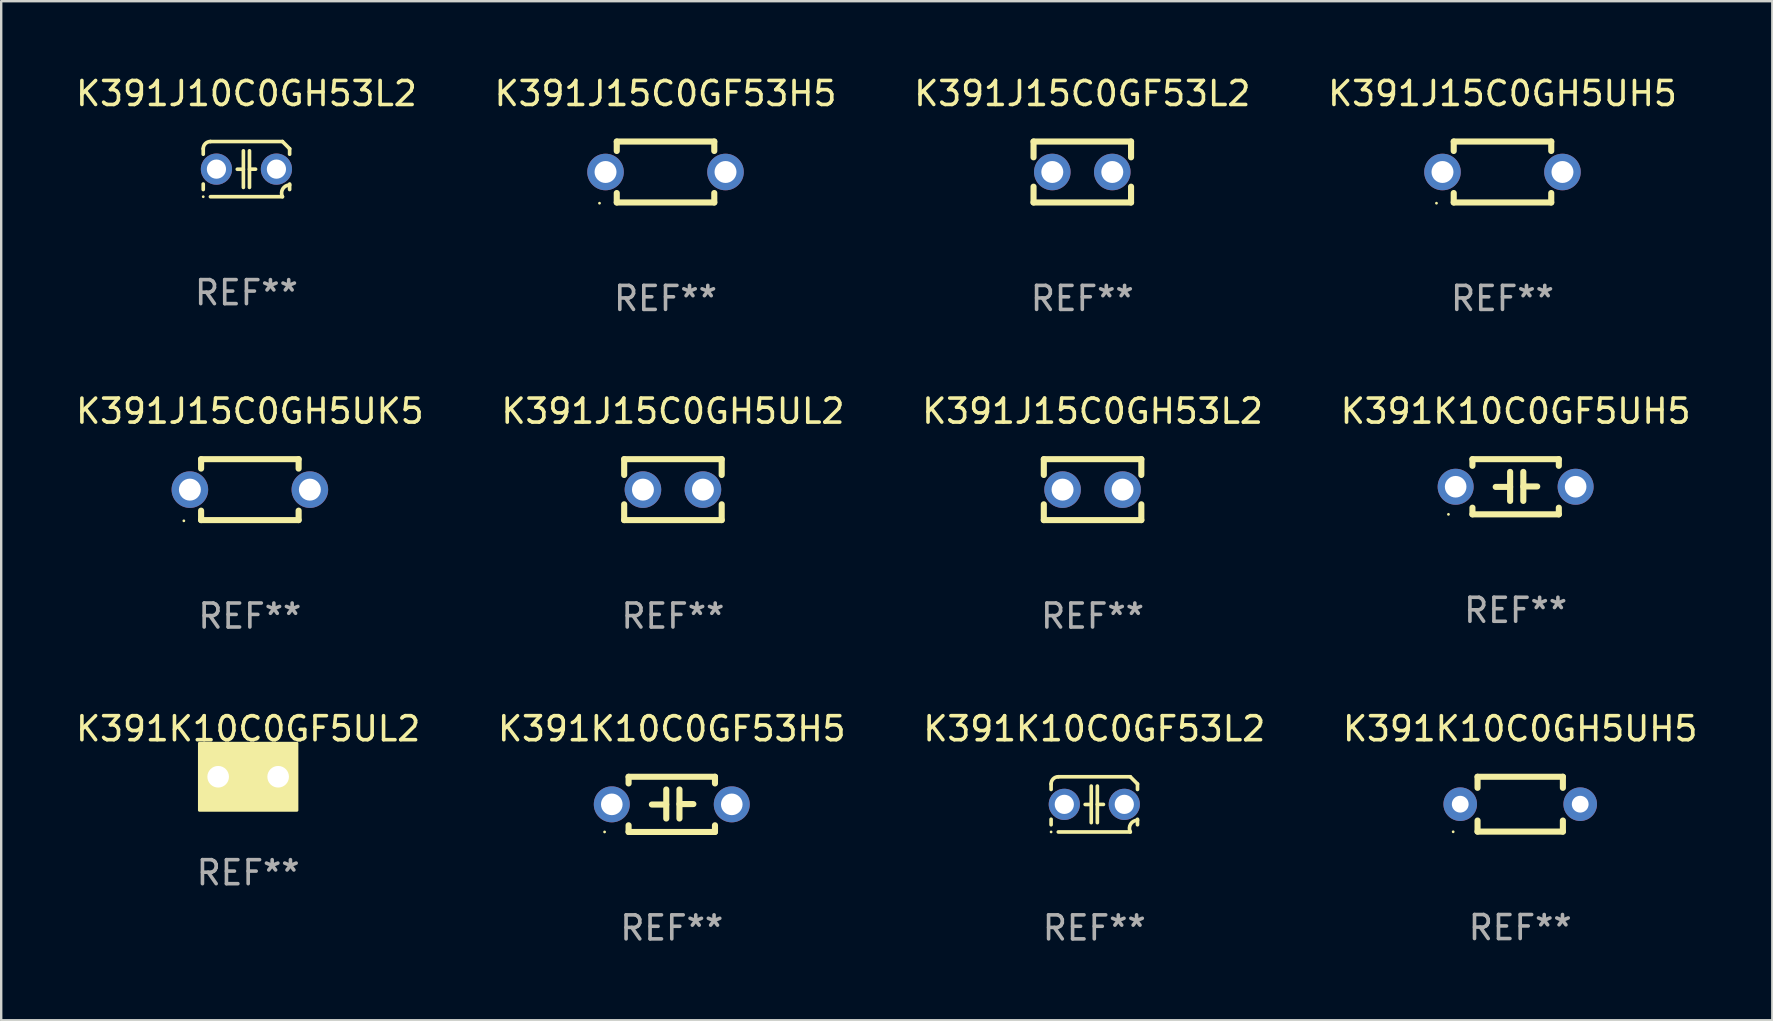
<source format=kicad_pcb>
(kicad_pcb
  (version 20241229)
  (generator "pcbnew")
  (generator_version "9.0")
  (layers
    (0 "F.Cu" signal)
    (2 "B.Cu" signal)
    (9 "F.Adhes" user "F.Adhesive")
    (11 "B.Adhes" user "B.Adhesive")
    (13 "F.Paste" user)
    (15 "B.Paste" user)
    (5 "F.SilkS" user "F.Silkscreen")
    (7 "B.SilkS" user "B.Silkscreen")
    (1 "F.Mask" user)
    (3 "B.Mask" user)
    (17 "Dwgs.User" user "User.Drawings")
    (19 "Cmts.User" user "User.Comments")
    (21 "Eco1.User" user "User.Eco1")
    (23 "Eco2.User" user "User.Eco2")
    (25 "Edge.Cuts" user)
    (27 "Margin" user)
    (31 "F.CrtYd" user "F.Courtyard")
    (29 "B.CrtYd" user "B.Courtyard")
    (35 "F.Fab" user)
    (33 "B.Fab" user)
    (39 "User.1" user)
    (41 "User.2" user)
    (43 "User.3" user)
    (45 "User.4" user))
  (footprint "K391J15C0GF53H5"
    (layer "F.Cu")
    (at 24.685 4.118)
    (property "Reference" "K391J15C0GF53H5" (at 0 -3.27 0) (layer "F.SilkS") (effects (font (size 1 1) (thickness 0.15))))
    (attr through_hole)
    (fp_line (start -2.032 -1.27) (end -2.032 -0.876) (stroke (width 0.254) (type solid)) (layer "F.SilkS"))
    (fp_line (start -2.032 0.876) (end -2.032 1.27) (stroke (width 0.254) (type solid)) (layer "F.SilkS"))
    (fp_line (start -2.032 1.27) (end 2.032 1.27) (stroke (width 0.254) (type solid)) (layer "F.SilkS"))
    (fp_line (start 2.032 -1.27) (end -2.032 -1.27) (stroke (width 0.254) (type solid)) (layer "F.SilkS"))
    (fp_line (start 2.032 -0.876) (end 2.032 -1.27) (stroke (width 0.254) (type solid)) (layer "F.SilkS"))
    (fp_line (start 2.032 1.27) (end 2.032 0.876) (stroke (width 0.254) (type solid)) (layer "F.SilkS"))
    (fp_circle (center -2.751 1.3) (end -2.721 1.3) (stroke (width 0.06) (type solid)) (fill no) (layer "F.SilkS"))
    (fp_text user "REF**" (at 0 5.27 0) (layer "F.Fab") (effects (font (size 1 1) (thickness 0.15))))
    (pad "1" thru_hole circle (at -2.5 0) (size 1.524 1.524) (drill 0.914) (layers "*.Cu" "*.Mask"))
    (pad "2" thru_hole circle (at 2.5 0) (size 1.524 1.524) (drill 0.914) (layers "*.Cu" "*.Mask")))
  (footprint "K391K10C0GH5UH5"
    (layer "F.Cu")
    (at 60.304 30.464)
    (property "Reference" "K391K10C0GH5UH5" (at 0 -3.143 0) (layer "F.SilkS") (effects (font (size 1 1) (thickness 0.15))))
    (attr through_hole)
    (fp_line (start -1.778 -1.143) (end 1.778 -1.143) (stroke (width 0.254) (type solid)) (layer "F.SilkS"))
    (fp_line (start -1.778 -0.681) (end -1.778 -1.143) (stroke (width 0.254) (type solid)) (layer "F.SilkS"))
    (fp_line (start -1.778 1.143) (end -1.778 0.681) (stroke (width 0.254) (type solid)) (layer "F.SilkS"))
    (fp_line (start 1.778 -1.143) (end 1.778 -0.681) (stroke (width 0.254) (type solid)) (layer "F.SilkS"))
    (fp_line (start 1.778 0.681) (end 1.778 1.143) (stroke (width 0.254) (type solid)) (layer "F.SilkS"))
    (fp_line (start 1.778 1.143) (end -1.778 1.143) (stroke (width 0.254) (type solid)) (layer "F.SilkS"))
    (fp_circle (center -2.794 1.15) (end -2.764 1.15) (stroke (width 0.06) (type solid)) (fill no) (layer "F.SilkS"))
    (fp_text user "REF**" (at 0 5.143 0) (layer "F.Fab") (effects (font (size 1 1) (thickness 0.15))))
    (pad "1" thru_hole circle (at -2.5 0) (size 1.4 1.4) (drill 0.7) (layers "*.Cu" "*.Mask"))
    (pad "2" thru_hole circle (at 2.5 0) (size 1.4 1.4) (drill 0.7) (layers "*.Cu" "*.Mask")))
  (footprint "K391J15C0GF53L2"
    (layer "F.Cu")
    (at 42.054 4.118)
    (property "Reference" "K391J15C0GF53L2" (at 0 -3.27 0) (layer "F.SilkS") (effects (font (size 1 1) (thickness 0.15))))
    (attr through_hole)
    (fp_line (start -2.032 -1.27) (end -2.032 -0.611) (stroke (width 0.254) (type solid)) (layer "F.SilkS"))
    (fp_line (start -2.032 0.611) (end -2.032 1.27) (stroke (width 0.254) (type solid)) (layer "F.SilkS"))
    (fp_line (start -2.032 1.27) (end 2.032 1.27) (stroke (width 0.254) (type solid)) (layer "F.SilkS"))
    (fp_line (start 2.032 -1.27) (end -2.032 -1.27) (stroke (width 0.254) (type solid)) (layer "F.SilkS"))
    (fp_line (start 2.032 -0.611) (end 2.032 -1.27) (stroke (width 0.254) (type solid)) (layer "F.SilkS"))
    (fp_line (start 2.032 1.27) (end 2.032 0.611) (stroke (width 0.254) (type solid)) (layer "F.SilkS"))
    (fp_circle (center -2 1.3) (end -1.97 1.3) (stroke (width 0.06) (type solid)) (fill no) (layer "F.SilkS"))
    (fp_text user "REF**" (at 0 5.27 0) (layer "F.Fab") (effects (font (size 1 1) (thickness 0.15))))
    (pad "1" thru_hole circle (at -1.25 0) (size 1.524 1.524) (drill 0.914) (layers "*.Cu" "*.Mask"))
    (pad "2" thru_hole circle (at 1.25 0) (size 1.524 1.524) (drill 0.914) (layers "*.Cu" "*.Mask")))
  (footprint "K391K10C0GF53H5"
    (layer "F.Cu")
    (at 24.946 30.471)
    (property "Reference" "K391K10C0GF53H5" (at 0 -3.15 0) (layer "F.SilkS") (effects (font (size 1 1) (thickness 0.15))))
    (attr through_hole)
    (fp_line (start -1.8 -1.15) (end -1.8 -0.872) (stroke (width 0.254) (type solid)) (layer "F.SilkS"))
    (fp_line (start -1.8 -1.15) (end 1.8 -1.15) (stroke (width 0.254) (type solid)) (layer "F.SilkS"))
    (fp_line (start -1.8 0.872) (end -1.8 1.15) (stroke (width 0.254) (type solid)) (layer "F.SilkS"))
    (fp_line (start -1.8 1.15) (end 1.8 1.15) (stroke (width 0.254) (type solid)) (layer "F.SilkS"))
    (fp_line (start -0.23 -0.62) (end -0.23 0.59) (stroke (width 0.254) (type solid)) (layer "F.SilkS"))
    (fp_line (start -0.23 0.007) (end -0.83 0.007) (stroke (width 0.254) (type solid)) (layer "F.SilkS"))
    (fp_line (start 0.32 -0.62) (end 0.32 0.59) (stroke (width 0.254) (type solid)) (layer "F.SilkS"))
    (fp_line (start 0.32 -0.012) (end 0.9 -0.012) (stroke (width 0.254) (type solid)) (layer "F.SilkS"))
    (fp_line (start 1.8 -1.15) (end 1.8 -0.872) (stroke (width 0.254) (type solid)) (layer "F.SilkS"))
    (fp_line (start 1.8 0.872) (end 1.8 1.15) (stroke (width 0.254) (type solid)) (layer "F.SilkS"))
    (fp_circle (center -2.8 1.15) (end -2.77 1.15) (stroke (width 0.06) (type solid)) (fill no) (layer "F.SilkS"))
    (fp_text user "REF**" (at 0 5.15 0) (layer "F.Fab") (effects (font (size 1 1) (thickness 0.15))))
    (pad "1" thru_hole circle (at -2.5 0) (size 1.5 1.5) (drill 0.9) (layers "*.Cu" "*.Mask"))
    (pad "2" thru_hole circle (at 2.5 0) (size 1.5 1.5) (drill 0.9) (layers "*.Cu" "*.Mask")))
  (footprint "K391J15C0GH5UH5"
    (layer "F.Cu")
    (at 59.565 4.118)
    (property "Reference" "K391J15C0GH5UH5" (at 0 -3.27 0) (layer "F.SilkS") (effects (font (size 1 1) (thickness 0.15))))
    (attr through_hole)
    (fp_line (start -2.032 -1.27) (end -2.032 -0.876) (stroke (width 0.254) (type solid)) (layer "F.SilkS"))
    (fp_line (start -2.032 0.876) (end -2.032 1.27) (stroke (width 0.254) (type solid)) (layer "F.SilkS"))
    (fp_line (start -2.032 1.27) (end 2.032 1.27) (stroke (width 0.254) (type solid)) (layer "F.SilkS"))
    (fp_line (start 2.032 -1.27) (end -2.032 -1.27) (stroke (width 0.254) (type solid)) (layer "F.SilkS"))
    (fp_line (start 2.032 -0.876) (end 2.032 -1.27) (stroke (width 0.254) (type solid)) (layer "F.SilkS"))
    (fp_line (start 2.032 1.27) (end 2.032 0.876) (stroke (width 0.254) (type solid)) (layer "F.SilkS"))
    (fp_circle (center -2.751 1.3) (end -2.721 1.3) (stroke (width 0.06) (type solid)) (fill no) (layer "F.SilkS"))
    (fp_text user "REF**" (at 0 5.27 0) (layer "F.Fab") (effects (font (size 1 1) (thickness 0.15))))
    (pad "1" thru_hole circle (at -2.5 0) (size 1.524 1.524) (drill 0.914) (layers "*.Cu" "*.Mask"))
    (pad "2" thru_hole circle (at 2.5 0) (size 1.524 1.524) (drill 0.914) (layers "*.Cu" "*.Mask")))
  (footprint "K391J15C0GH53L2"
    (layer "F.Cu")
    (at 42.482 17.355)
    (property "Reference" "K391J15C0GH53L2" (at 0 -3.27 0) (layer "F.SilkS") (effects (font (size 1 1) (thickness 0.15))))
    (attr through_hole)
    (fp_line (start -2.032 -1.27) (end -2.032 -0.611) (stroke (width 0.254) (type solid)) (layer "F.SilkS"))
    (fp_line (start -2.032 0.611) (end -2.032 1.27) (stroke (width 0.254) (type solid)) (layer "F.SilkS"))
    (fp_line (start -2.032 1.27) (end 2.032 1.27) (stroke (width 0.254) (type solid)) (layer "F.SilkS"))
    (fp_line (start 2.032 -1.27) (end -2.032 -1.27) (stroke (width 0.254) (type solid)) (layer "F.SilkS"))
    (fp_line (start 2.032 -0.611) (end 2.032 -1.27) (stroke (width 0.254) (type solid)) (layer "F.SilkS"))
    (fp_line (start 2.032 1.27) (end 2.032 0.611) (stroke (width 0.254) (type solid)) (layer "F.SilkS"))
    (fp_circle (center -2 1.3) (end -1.97 1.3) (stroke (width 0.06) (type solid)) (fill no) (layer "F.SilkS"))
    (fp_text user "REF**" (at 0 5.27 0) (layer "F.Fab") (effects (font (size 1 1) (thickness 0.15))))
    (pad "1" thru_hole circle (at -1.25 0) (size 1.524 1.524) (drill 0.914) (layers "*.Cu" "*.Mask"))
    (pad "2" thru_hole circle (at 1.25 0) (size 1.524 1.524) (drill 0.914) (layers "*.Cu" "*.Mask")))
  (footprint "K391K10C0GF53L2"
    (layer "F.Cu")
    (at 42.554 30.471)
    (property "Reference" "K391K10C0GF53L2" (at 0 -3.15 0) (layer "F.SilkS") (effects (font (size 1 1) (thickness 0.15))))
    (attr through_hole)
    (fp_line (start -1.8 -0.621) (end -1.8 -0.85) (stroke (width 0.152) (type solid)) (layer "F.SilkS"))
    (fp_line (start -1.8 0.85) (end -1.8 0.621) (stroke (width 0.152) (type solid)) (layer "F.SilkS"))
    (fp_line (start -1.5 -1.15) (end 1.5 -1.15) (stroke (width 0.152) (type solid)) (layer "F.SilkS"))
    (fp_line (start -0.127 -0.762) (end -0.127 0.762) (stroke (width 0.152) (type solid)) (layer "F.SilkS"))
    (fp_line (start -0.127 0.005) (end -0.381 0.005) (stroke (width 0.152) (type solid)) (layer "F.SilkS"))
    (fp_line (start 0.127 -0.762) (end 0.127 0.762) (stroke (width 0.152) (type solid)) (layer "F.SilkS"))
    (fp_line (start 0.127 0.002) (end 0.381 0.002) (stroke (width 0.152) (type solid)) (layer "F.SilkS"))
    (fp_line (start 1.5 1.15) (end -1.5 1.15) (stroke (width 0.152) (type solid)) (layer "F.SilkS"))
    (fp_line (start 1.8 -0.85) (end 1.8 -0.621) (stroke (width 0.152) (type solid)) (layer "F.SilkS"))
    (fp_line (start 1.8 0.621) (end 1.8 0.85) (stroke (width 0.152) (type solid)) (layer "F.SilkS"))
    (fp_arc (start -1.799975 -0.849987) (mid -1.712107 -1.062119) (end -1.499975 -1.149987) (stroke (width 0.151994) (type solid)) (layer "F.SilkS"))
    (fp_arc (start 1.499975 1.149987) (mid 1.513726 0.822359) (end 1.799975 0.662387) (stroke (width 0.151994) (type solid)) (layer "F.SilkS"))
    (fp_arc (start 1.500001 -1.149986) (mid 1.650015 -1.000001) (end 1.8 -0.849987) (stroke (width 0.151994) (type solid)) (layer "F.SilkS"))
    (fp_circle (center -1.8 1.15) (end -1.77 1.15) (stroke (width 0.06) (type solid)) (fill no) (layer "F.SilkS"))
    (fp_text user "REF**" (at 0 5.15 0) (layer "F.Fab") (effects (font (size 1 1) (thickness 0.15))))
    (pad "1" thru_hole circle (at -1.25 0) (size 1.3 1.3) (drill 0.8) (layers "*.Cu" "*.Mask"))
    (pad "2" thru_hole circle (at 1.25 0) (size 1.3 1.3) (drill 0.8) (layers "*.Cu" "*.Mask")))
  (footprint "K391J15C0GH5UL2"
    (layer "F.Cu")
    (at 24.994 17.355)
    (property "Reference" "K391J15C0GH5UL2" (at 0 -3.27 0) (layer "F.SilkS") (effects (font (size 1 1) (thickness 0.15))))
    (attr through_hole)
    (fp_line (start -2.032 -1.27) (end -2.032 -0.611) (stroke (width 0.254) (type solid)) (layer "F.SilkS"))
    (fp_line (start -2.032 0.611) (end -2.032 1.27) (stroke (width 0.254) (type solid)) (layer "F.SilkS"))
    (fp_line (start -2.032 1.27) (end 2.032 1.27) (stroke (width 0.254) (type solid)) (layer "F.SilkS"))
    (fp_line (start 2.032 -1.27) (end -2.032 -1.27) (stroke (width 0.254) (type solid)) (layer "F.SilkS"))
    (fp_line (start 2.032 -0.611) (end 2.032 -1.27) (stroke (width 0.254) (type solid)) (layer "F.SilkS"))
    (fp_line (start 2.032 1.27) (end 2.032 0.611) (stroke (width 0.254) (type solid)) (layer "F.SilkS"))
    (fp_circle (center -2 1.3) (end -1.97 1.3) (stroke (width 0.06) (type solid)) (fill no) (layer "F.SilkS"))
    (fp_text user "REF**" (at 0 5.27 0) (layer "F.Fab") (effects (font (size 1 1) (thickness 0.15))))
    (pad "1" thru_hole circle (at -1.25 0) (size 1.524 1.524) (drill 0.914) (layers "*.Cu" "*.Mask"))
    (pad "2" thru_hole circle (at 1.25 0) (size 1.524 1.524) (drill 0.914) (layers "*.Cu" "*.Mask")))
  (footprint "K391J10C0GH53L2"
    (layer "F.Cu")
    (at 7.22 3.998)
    (property "Reference" "K391J10C0GH53L2" (at 0 -3.15 0) (layer "F.SilkS") (effects (font (size 1 1) (thickness 0.15))))
    (attr through_hole)
    (fp_line (start -1.8 -0.621) (end -1.8 -0.85) (stroke (width 0.152) (type solid)) (layer "F.SilkS"))
    (fp_line (start -1.8 0.85) (end -1.8 0.621) (stroke (width 0.152) (type solid)) (layer "F.SilkS"))
    (fp_line (start -1.5 -1.15) (end 1.5 -1.15) (stroke (width 0.152) (type solid)) (layer "F.SilkS"))
    (fp_line (start -0.127 -0.762) (end -0.127 0.762) (stroke (width 0.152) (type solid)) (layer "F.SilkS"))
    (fp_line (start -0.127 0.005) (end -0.381 0.005) (stroke (width 0.152) (type solid)) (layer "F.SilkS"))
    (fp_line (start 0.127 -0.762) (end 0.127 0.762) (stroke (width 0.152) (type solid)) (layer "F.SilkS"))
    (fp_line (start 0.127 0.002) (end 0.381 0.002) (stroke (width 0.152) (type solid)) (layer "F.SilkS"))
    (fp_line (start 1.5 1.15) (end -1.5 1.15) (stroke (width 0.152) (type solid)) (layer "F.SilkS"))
    (fp_line (start 1.8 -0.85) (end 1.8 -0.621) (stroke (width 0.152) (type solid)) (layer "F.SilkS"))
    (fp_line (start 1.8 0.621) (end 1.8 0.85) (stroke (width 0.152) (type solid)) (layer "F.SilkS"))
    (fp_arc (start -1.799975 -0.849987) (mid -1.712107 -1.062119) (end -1.499975 -1.149987) (stroke (width 0.151994) (type solid)) (layer "F.SilkS"))
    (fp_arc (start 1.499975 1.149987) (mid 1.513726 0.822359) (end 1.799975 0.662387) (stroke (width 0.151994) (type solid)) (layer "F.SilkS"))
    (fp_arc (start 1.500001 -1.149986) (mid 1.650015 -1.000001) (end 1.8 -0.849987) (stroke (width 0.151994) (type solid)) (layer "F.SilkS"))
    (fp_circle (center -1.8 1.15) (end -1.77 1.15) (stroke (width 0.06) (type solid)) (fill no) (layer "F.SilkS"))
    (fp_text user "REF**" (at 0 5.15 0) (layer "F.Fab") (effects (font (size 1 1) (thickness 0.15))))
    (pad "1" thru_hole circle (at -1.25 0) (size 1.3 1.3) (drill 0.8) (layers "*.Cu" "*.Mask"))
    (pad "2" thru_hole circle (at 1.25 0) (size 1.3 1.3) (drill 0.8) (layers "*.Cu" "*.Mask")))
  (footprint "K391K10C0GF5UH5"
    (layer "F.Cu")
    (at 60.113 17.235)
    (property "Reference" "K391K10C0GF5UH5" (at 0 -3.15 0) (layer "F.SilkS") (effects (font (size 1 1) (thickness 0.15))))
    (attr through_hole)
    (fp_line (start -1.8 -1.15) (end -1.8 -0.872) (stroke (width 0.254) (type solid)) (layer "F.SilkS"))
    (fp_line (start -1.8 -1.15) (end 1.8 -1.15) (stroke (width 0.254) (type solid)) (layer "F.SilkS"))
    (fp_line (start -1.8 0.872) (end -1.8 1.15) (stroke (width 0.254) (type solid)) (layer "F.SilkS"))
    (fp_line (start -1.8 1.15) (end 1.8 1.15) (stroke (width 0.254) (type solid)) (layer "F.SilkS"))
    (fp_line (start -0.23 -0.62) (end -0.23 0.59) (stroke (width 0.254) (type solid)) (layer "F.SilkS"))
    (fp_line (start -0.23 0.007) (end -0.83 0.007) (stroke (width 0.254) (type solid)) (layer "F.SilkS"))
    (fp_line (start 0.32 -0.62) (end 0.32 0.59) (stroke (width 0.254) (type solid)) (layer "F.SilkS"))
    (fp_line (start 0.32 -0.012) (end 0.9 -0.012) (stroke (width 0.254) (type solid)) (layer "F.SilkS"))
    (fp_line (start 1.8 -1.15) (end 1.8 -0.872) (stroke (width 0.254) (type solid)) (layer "F.SilkS"))
    (fp_line (start 1.8 0.872) (end 1.8 1.15) (stroke (width 0.254) (type solid)) (layer "F.SilkS"))
    (fp_circle (center -2.8 1.15) (end -2.77 1.15) (stroke (width 0.06) (type solid)) (fill no) (layer "F.SilkS"))
    (fp_text user "REF**" (at 0 5.15 0) (layer "F.Fab") (effects (font (size 1 1) (thickness 0.15))))
    (pad "1" thru_hole circle (at -2.5 0) (size 1.5 1.5) (drill 0.9) (layers "*.Cu" "*.Mask"))
    (pad "2" thru_hole circle (at 2.5 0) (size 1.5 1.5) (drill 0.9) (layers "*.Cu" "*.Mask")))
  (footprint "K391K10C0GF5UL2"
    (layer "F.Cu")
    (at 7.292 29.321)
    (property "Reference" "K391K10C0GF5UL2" (at 0 -2 0) (layer "F.SilkS") (effects (font (size 1 1) (thickness 0.15))))
    (attr through_hole)
    (fp_circle (center -1.8 1.15) (end -1.77 1.15) (stroke (width 0.06) (type solid)) (fill no) (layer "F.SilkS"))
    (fp_poly (pts (xy -2.032 -1.397) (xy 2.032 -1.397) (xy 2.032 1.397) (xy -2.032 1.397)) (stroke (width 0.12) (type solid)) (fill yes) (layer "F.SilkS"))
    (fp_text user "REF**" (at 0 4 0) (layer "F.Fab") (effects (font (size 1 1) (thickness 0.15))))
    (pad "1" thru_hole circle (at -1.25 0) (size 1.5 1.5) (drill 0.9) (layers "*.Cu" "*.Mask"))
    (pad "2" thru_hole circle (at 1.25 0) (size 1.5 1.5) (drill 0.9) (layers "*.Cu" "*.Mask")))
  (footprint "K391J15C0GH5UK5"
    (layer "F.Cu")
    (at 7.363 17.355)
    (property "Reference" "K391J15C0GH5UK5" (at 0 -3.27 0) (layer "F.SilkS") (effects (font (size 1 1) (thickness 0.15))))
    (attr through_hole)
    (fp_line (start -2.032 -1.27) (end -2.032 -0.876) (stroke (width 0.254) (type solid)) (layer "F.SilkS"))
    (fp_line (start -2.032 0.876) (end -2.032 1.27) (stroke (width 0.254) (type solid)) (layer "F.SilkS"))
    (fp_line (start -2.032 1.27) (end 2.032 1.27) (stroke (width 0.254) (type solid)) (layer "F.SilkS"))
    (fp_line (start 2.032 -1.27) (end -2.032 -1.27) (stroke (width 0.254) (type solid)) (layer "F.SilkS"))
    (fp_line (start 2.032 -0.876) (end 2.032 -1.27) (stroke (width 0.254) (type solid)) (layer "F.SilkS"))
    (fp_line (start 2.032 1.27) (end 2.032 0.876) (stroke (width 0.254) (type solid)) (layer "F.SilkS"))
    (fp_circle (center -2.751 1.3) (end -2.721 1.3) (stroke (width 0.06) (type solid)) (fill no) (layer "F.SilkS"))
    (fp_text user "REF**" (at 0 5.27 0) (layer "F.Fab") (effects (font (size 1 1) (thickness 0.15))))
    (pad "1" thru_hole circle (at -2.5 0) (size 1.524 1.524) (drill 0.914) (layers "*.Cu" "*.Mask"))
    (pad "2" thru_hole circle (at 2.5 0) (size 1.524 1.524) (drill 0.914) (layers "*.Cu" "*.Mask")))
  (gr_rect
    (start -3 -3)
    (end 70.81 39.47)
    (stroke (width 0.1) (type default))
    (fill no)
    (layer "Edge.Cuts")))
</source>
